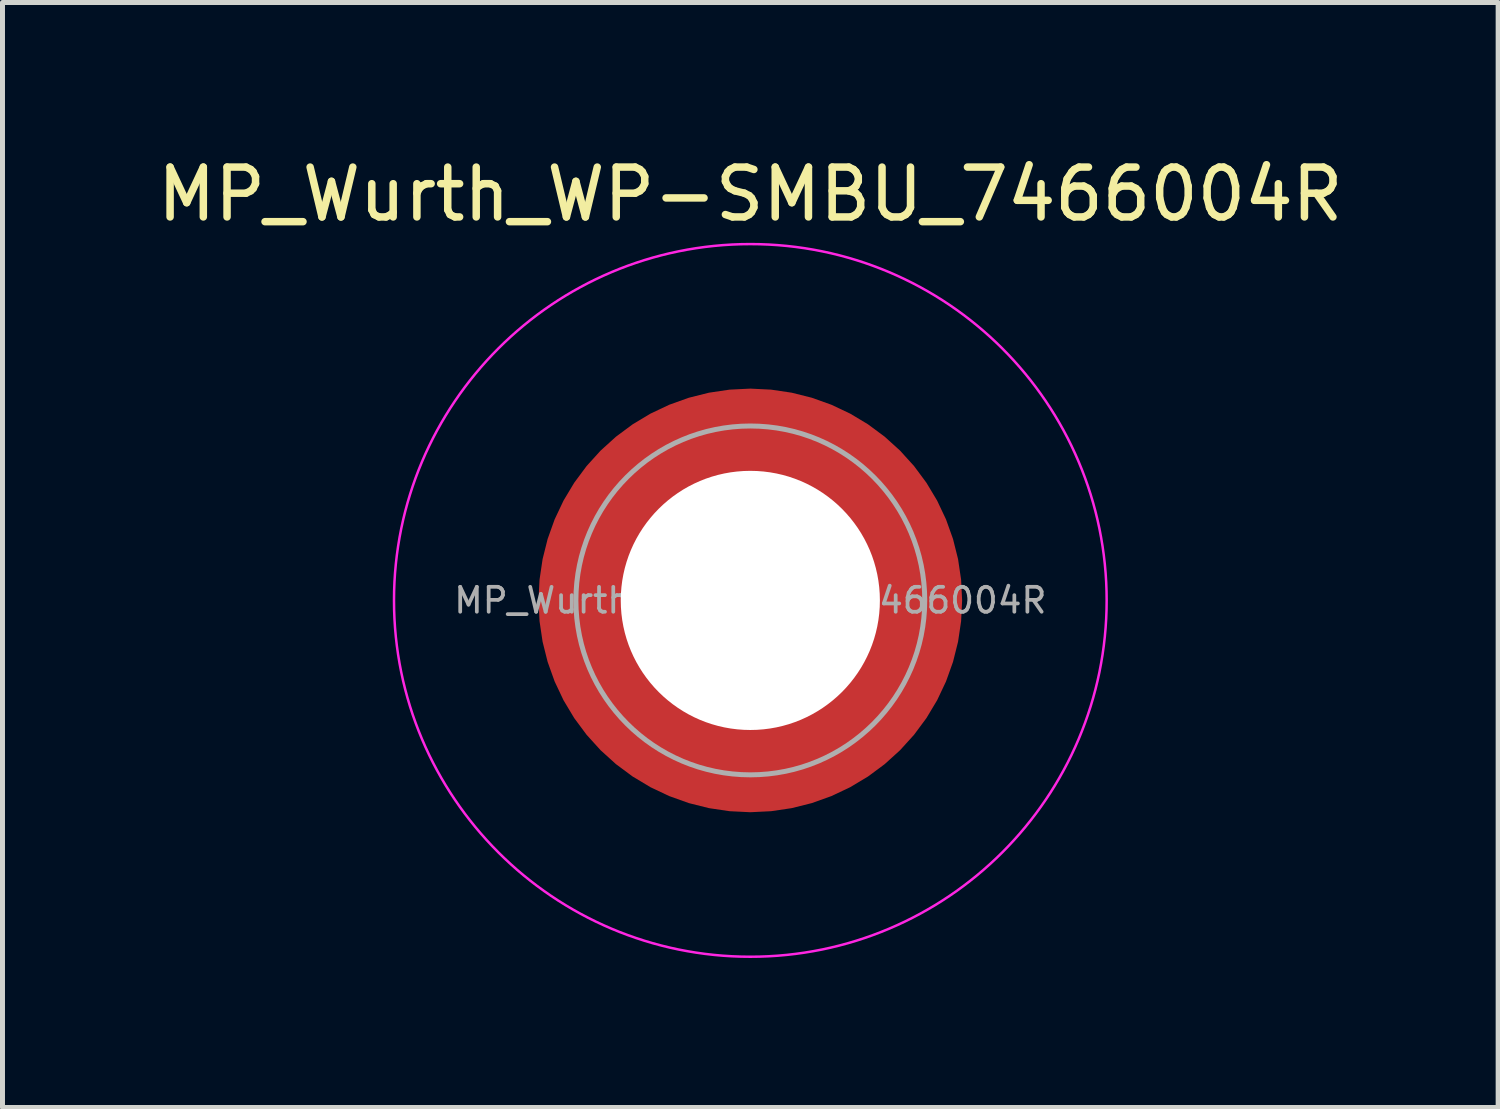
<source format=kicad_pcb>
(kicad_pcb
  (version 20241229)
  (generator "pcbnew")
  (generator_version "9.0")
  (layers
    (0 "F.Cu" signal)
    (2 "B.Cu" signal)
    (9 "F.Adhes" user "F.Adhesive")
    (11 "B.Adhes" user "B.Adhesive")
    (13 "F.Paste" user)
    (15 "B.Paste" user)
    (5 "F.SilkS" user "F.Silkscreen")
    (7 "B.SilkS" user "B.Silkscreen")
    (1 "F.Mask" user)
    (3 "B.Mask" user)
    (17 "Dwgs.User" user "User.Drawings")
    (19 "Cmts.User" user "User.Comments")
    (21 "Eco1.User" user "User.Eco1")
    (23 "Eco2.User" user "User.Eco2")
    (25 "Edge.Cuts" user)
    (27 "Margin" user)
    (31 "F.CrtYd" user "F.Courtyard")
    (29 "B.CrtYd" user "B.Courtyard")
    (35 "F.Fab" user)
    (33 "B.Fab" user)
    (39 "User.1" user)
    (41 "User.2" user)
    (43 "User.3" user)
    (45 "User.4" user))
  (footprint "MP_Wurth_WP-SMBU_7466004R"
    (layer "F.Cu")
    (at 12.006 8.998)
    (property "Reference" "MP_Wurth_WP-SMBU_7466004R" (at 0 -8.15 0) (unlocked yes) (layer "F.SilkS") (effects (font (size 1 1) (thickness 0.15))))
    (attr smd)
    (fp_poly (pts (xy -2.685 0.574) (xy -2.665 0.664) (xy -2.635 0.774) (xy -2.595 0.898) (xy -2.56 0.993) (xy -2.525 1.078) (xy -2.48 1.178) (xy -2.431 1.278) (xy -2.386 1.358) (xy -2.346 1.427) (xy -2.291 1.512) (xy -2.236 1.592) (xy -2.181 1.667) (xy -2.131 1.732) (xy -2.076 1.797) (xy -2.016 1.862) (xy -1.941 1.941) (xy -1.867 2.011) (xy -1.807 2.066) (xy -1.732 2.131) (xy -1.662 2.186) (xy -1.587 2.241) (xy -1.497 2.301) (xy -1.412 2.356) (xy -1.323 2.406) (xy -1.238 2.451) (xy -1.158 2.49) (xy -1.053 2.535) (xy -0.938 2.58) (xy -0.824 2.62) (xy -0.699 2.655) (xy -0.574 2.685) (xy -0.495 2.701) (xy -0.495 4.126) (xy -0.546 4.12) (xy -0.546 4.12) (xy -0.621 4.11) (xy -0.621 4.11) (xy -0.676 4.1) (xy -0.736 4.09) (xy -0.791 4.08) (xy -0.871 4.065) (xy -0.871 4.065) (xy -0.936 4.05) (xy -0.996 4.035) (xy -1.076 4.015) (xy -1.076 4.015) (xy -1.216 3.975) (xy -1.216 3.975) (xy -1.281 3.955) (xy -1.282 3.955) (xy -1.352 3.93) (xy -1.437 3.9) (xy -1.492 3.88) (xy -1.492 3.88) (xy -1.552 3.855) (xy -1.627 3.825) (xy -1.627 3.825) (xy -1.697 3.795) (xy -1.697 3.795) (xy -1.772 3.76) (xy -1.837 3.73) (xy -1.837 3.729) (xy -1.902 3.694) (xy -1.972 3.659) (xy -1.972 3.659) (xy -2.042 3.619) (xy -2.103 3.584) (xy -2.163 3.549) (xy -2.163 3.549) (xy -2.243 3.499) (xy -2.243 3.499) (xy -2.348 3.429) (xy -2.348 3.429) (xy -2.433 3.369) (xy -2.433 3.369) (xy -2.533 3.294) (xy -2.533 3.294) (xy -2.603 3.239) (xy -2.603 3.239) (xy -2.688 3.169) (xy -2.688 3.169) (xy -2.763 3.104) (xy -2.763 3.104) (xy -2.843 3.029) (xy -2.898 2.979) (xy -2.899 2.979) (xy -2.994 2.884) (xy -2.994 2.883) (xy -3.094 2.773) (xy -3.094 2.773) (xy -3.189 2.663) (xy -3.189 2.663) (xy -3.274 2.558) (xy -3.344 2.468) (xy -3.344 2.468) (xy -3.429 2.348) (xy -3.429 2.348) (xy -3.499 2.243) (xy -3.499 2.243) (xy -3.584 2.103) (xy -3.584 2.102) (xy -3.669 1.952) (xy -3.669 1.952) (xy -3.724 1.842) (xy -3.79 1.707) (xy -3.79 1.707) (xy -3.85 1.567) (xy -3.85 1.567) (xy -3.915 1.397) (xy -3.915 1.397) (xy -3.965 1.247) (xy -3.965 1.246) (xy -4.01 1.091) (xy -4.01 1.091) (xy -4.05 0.936) (xy -4.05 0.936) (xy -4.075 0.816) (xy -4.075 0.816) (xy -4.1 0.676) (xy -4.1 0.676) (xy -4.115 0.581) (xy -4.115 0.581) (xy -4.126 0.495) (xy -2.701 0.495)) (stroke (width 0) (type default)) (fill yes) (layer "F.Paste"))
    (fp_poly (pts (xy -0.495 -2.701) (xy -0.574 -2.685) (xy -0.664 -2.665) (xy -0.774 -2.635) (xy -0.898 -2.595) (xy -0.993 -2.56) (xy -1.078 -2.525) (xy -1.178 -2.48) (xy -1.278 -2.431) (xy -1.358 -2.386) (xy -1.427 -2.346) (xy -1.512 -2.291) (xy -1.592 -2.236) (xy -1.667 -2.181) (xy -1.732 -2.131) (xy -1.797 -2.076) (xy -1.862 -2.016) (xy -1.941 -1.941) (xy -2.011 -1.867) (xy -2.066 -1.807) (xy -2.131 -1.732) (xy -2.186 -1.662) (xy -2.241 -1.587) (xy -2.301 -1.497) (xy -2.356 -1.412) (xy -2.406 -1.323) (xy -2.451 -1.238) (xy -2.49 -1.158) (xy -2.535 -1.053) (xy -2.58 -0.938) (xy -2.62 -0.824) (xy -2.655 -0.699) (xy -2.685 -0.574) (xy -2.701 -0.495) (xy -4.126 -0.495) (xy -4.12 -0.546) (xy -4.12 -0.546) (xy -4.11 -0.621) (xy -4.11 -0.621) (xy -4.1 -0.676) (xy -4.09 -0.736) (xy -4.08 -0.791) (xy -4.065 -0.871) (xy -4.065 -0.871) (xy -4.05 -0.936) (xy -4.035 -0.996) (xy -4.015 -1.076) (xy -4.015 -1.076) (xy -3.975 -1.216) (xy -3.975 -1.216) (xy -3.955 -1.281) (xy -3.955 -1.282) (xy -3.93 -1.352) (xy -3.9 -1.437) (xy -3.88 -1.492) (xy -3.88 -1.492) (xy -3.855 -1.552) (xy -3.825 -1.627) (xy -3.825 -1.627) (xy -3.795 -1.697) (xy -3.795 -1.697) (xy -3.76 -1.772) (xy -3.73 -1.837) (xy -3.729 -1.837) (xy -3.694 -1.902) (xy -3.659 -1.972) (xy -3.659 -1.972) (xy -3.619 -2.042) (xy -3.584 -2.103) (xy -3.549 -2.163) (xy -3.549 -2.163) (xy -3.499 -2.243) (xy -3.499 -2.243) (xy -3.429 -2.348) (xy -3.429 -2.348) (xy -3.369 -2.433) (xy -3.369 -2.433) (xy -3.294 -2.533) (xy -3.294 -2.533) (xy -3.239 -2.603) (xy -3.239 -2.603) (xy -3.169 -2.688) (xy -3.169 -2.688) (xy -3.104 -2.763) (xy -3.104 -2.763) (xy -3.029 -2.843) (xy -2.979 -2.898) (xy -2.979 -2.899) (xy -2.884 -2.994) (xy -2.883 -2.994) (xy -2.773 -3.094) (xy -2.773 -3.094) (xy -2.663 -3.189) (xy -2.663 -3.189) (xy -2.558 -3.274) (xy -2.468 -3.344) (xy -2.468 -3.344) (xy -2.348 -3.429) (xy -2.348 -3.429) (xy -2.243 -3.499) (xy -2.243 -3.499) (xy -2.103 -3.584) (xy -2.102 -3.584) (xy -1.952 -3.669) (xy -1.952 -3.669) (xy -1.842 -3.724) (xy -1.707 -3.79) (xy -1.707 -3.79) (xy -1.567 -3.85) (xy -1.567 -3.85) (xy -1.397 -3.915) (xy -1.397 -3.915) (xy -1.247 -3.965) (xy -1.246 -3.965) (xy -1.091 -4.01) (xy -1.091 -4.01) (xy -0.936 -4.05) (xy -0.936 -4.05) (xy -0.816 -4.075) (xy -0.816 -4.075) (xy -0.676 -4.1) (xy -0.676 -4.1) (xy -0.581 -4.115) (xy -0.581 -4.115) (xy -0.495 -4.126)) (stroke (width 0) (type default)) (fill yes) (layer "F.Paste"))
    (fp_poly (pts (xy 0.546 -4.12) (xy 0.546 -4.12) (xy 0.621 -4.11) (xy 0.621 -4.11) (xy 0.676 -4.1) (xy 0.736 -4.09) (xy 0.791 -4.08) (xy 0.871 -4.065) (xy 0.871 -4.065) (xy 0.936 -4.05) (xy 0.996 -4.035) (xy 1.076 -4.015) (xy 1.076 -4.015) (xy 1.216 -3.975) (xy 1.216 -3.975) (xy 1.281 -3.955) (xy 1.282 -3.955) (xy 1.352 -3.93) (xy 1.437 -3.9) (xy 1.492 -3.88) (xy 1.492 -3.88) (xy 1.552 -3.855) (xy 1.627 -3.825) (xy 1.627 -3.825) (xy 1.697 -3.795) (xy 1.697 -3.795) (xy 1.772 -3.76) (xy 1.837 -3.73) (xy 1.837 -3.729) (xy 1.902 -3.694) (xy 1.972 -3.659) (xy 1.972 -3.659) (xy 2.042 -3.619) (xy 2.103 -3.584) (xy 2.163 -3.549) (xy 2.163 -3.549) (xy 2.243 -3.499) (xy 2.243 -3.499) (xy 2.348 -3.429) (xy 2.348 -3.429) (xy 2.433 -3.369) (xy 2.433 -3.369) (xy 2.533 -3.294) (xy 2.533 -3.294) (xy 2.603 -3.239) (xy 2.603 -3.239) (xy 2.688 -3.169) (xy 2.688 -3.169) (xy 2.763 -3.104) (xy 2.763 -3.104) (xy 2.843 -3.029) (xy 2.898 -2.979) (xy 2.899 -2.979) (xy 2.994 -2.884) (xy 2.994 -2.883) (xy 3.094 -2.773) (xy 3.094 -2.773) (xy 3.189 -2.663) (xy 3.189 -2.663) (xy 3.274 -2.558) (xy 3.344 -2.468) (xy 3.344 -2.468) (xy 3.429 -2.348) (xy 3.429 -2.348) (xy 3.499 -2.243) (xy 3.499 -2.243) (xy 3.584 -2.103) (xy 3.584 -2.102) (xy 3.669 -1.952) (xy 3.669 -1.952) (xy 3.724 -1.842) (xy 3.79 -1.707) (xy 3.79 -1.707) (xy 3.85 -1.567) (xy 3.85 -1.567) (xy 3.915 -1.397) (xy 3.915 -1.397) (xy 3.965 -1.247) (xy 3.965 -1.246) (xy 4.01 -1.091) (xy 4.01 -1.091) (xy 4.05 -0.936) (xy 4.05 -0.936) (xy 4.075 -0.816) (xy 4.075 -0.816) (xy 4.1 -0.676) (xy 4.1 -0.676) (xy 4.115 -0.581) (xy 4.115 -0.581) (xy 4.126 -0.495) (xy 2.701 -0.495) (xy 2.685 -0.574) (xy 2.665 -0.664) (xy 2.635 -0.774) (xy 2.595 -0.898) (xy 2.56 -0.993) (xy 2.525 -1.078) (xy 2.48 -1.178) (xy 2.431 -1.278) (xy 2.386 -1.358) (xy 2.346 -1.427) (xy 2.291 -1.512) (xy 2.236 -1.592) (xy 2.181 -1.667) (xy 2.131 -1.732) (xy 2.076 -1.797) (xy 2.016 -1.862) (xy 1.941 -1.941) (xy 1.867 -2.011) (xy 1.807 -2.066) (xy 1.732 -2.131) (xy 1.662 -2.186) (xy 1.587 -2.241) (xy 1.497 -2.301) (xy 1.412 -2.356) (xy 1.323 -2.406) (xy 1.238 -2.451) (xy 1.158 -2.49) (xy 1.053 -2.535) (xy 0.938 -2.58) (xy 0.824 -2.62) (xy 0.699 -2.655) (xy 0.574 -2.685) (xy 0.495 -2.701) (xy 0.495 -4.126)) (stroke (width 0) (type default)) (fill yes) (layer "F.Paste"))
    (fp_poly (pts (xy 4.12 0.546) (xy 4.12 0.546) (xy 4.11 0.621) (xy 4.11 0.621) (xy 4.1 0.676) (xy 4.09 0.736) (xy 4.08 0.791) (xy 4.065 0.871) (xy 4.065 0.871) (xy 4.05 0.936) (xy 4.035 0.996) (xy 4.015 1.076) (xy 4.015 1.076) (xy 3.975 1.216) (xy 3.975 1.216) (xy 3.955 1.281) (xy 3.955 1.282) (xy 3.93 1.352) (xy 3.9 1.437) (xy 3.88 1.492) (xy 3.88 1.492) (xy 3.855 1.552) (xy 3.825 1.627) (xy 3.825 1.627) (xy 3.795 1.697) (xy 3.795 1.697) (xy 3.76 1.772) (xy 3.73 1.837) (xy 3.729 1.837) (xy 3.694 1.902) (xy 3.659 1.972) (xy 3.659 1.972) (xy 3.619 2.042) (xy 3.584 2.103) (xy 3.549 2.163) (xy 3.549 2.163) (xy 3.499 2.243) (xy 3.499 2.243) (xy 3.429 2.348) (xy 3.429 2.348) (xy 3.369 2.433) (xy 3.369 2.433) (xy 3.294 2.533) (xy 3.294 2.533) (xy 3.239 2.603) (xy 3.239 2.603) (xy 3.169 2.688) (xy 3.169 2.688) (xy 3.104 2.763) (xy 3.104 2.763) (xy 3.029 2.843) (xy 2.979 2.898) (xy 2.979 2.899) (xy 2.884 2.994) (xy 2.883 2.994) (xy 2.773 3.094) (xy 2.773 3.094) (xy 2.663 3.189) (xy 2.663 3.189) (xy 2.558 3.274) (xy 2.468 3.344) (xy 2.468 3.344) (xy 2.348 3.429) (xy 2.348 3.429) (xy 2.243 3.499) (xy 2.243 3.499) (xy 2.103 3.584) (xy 2.102 3.584) (xy 1.952 3.669) (xy 1.952 3.669) (xy 1.842 3.724) (xy 1.707 3.79) (xy 1.707 3.79) (xy 1.567 3.85) (xy 1.567 3.85) (xy 1.397 3.915) (xy 1.397 3.915) (xy 1.247 3.965) (xy 1.246 3.965) (xy 1.091 4.01) (xy 1.091 4.01) (xy 0.936 4.05) (xy 0.936 4.05) (xy 0.816 4.075) (xy 0.816 4.075) (xy 0.676 4.1) (xy 0.676 4.1) (xy 0.581 4.115) (xy 0.581 4.115) (xy 0.495 4.126) (xy 0.495 2.701) (xy 0.574 2.685) (xy 0.664 2.665) (xy 0.774 2.635) (xy 0.898 2.595) (xy 0.993 2.56) (xy 1.078 2.525) (xy 1.178 2.48) (xy 1.278 2.431) (xy 1.358 2.386) (xy 1.427 2.346) (xy 1.512 2.291) (xy 1.592 2.236) (xy 1.667 2.181) (xy 1.732 2.131) (xy 1.797 2.076) (xy 1.862 2.016) (xy 1.941 1.941) (xy 2.011 1.867) (xy 2.066 1.807) (xy 2.131 1.732) (xy 2.186 1.662) (xy 2.241 1.587) (xy 2.301 1.497) (xy 2.356 1.412) (xy 2.406 1.323) (xy 2.451 1.238) (xy 2.49 1.158) (xy 2.535 1.053) (xy 2.58 0.938) (xy 2.62 0.824) (xy 2.655 0.699) (xy 2.685 0.574) (xy 2.701 0.495) (xy 4.126 0.495)) (stroke (width 0) (type default)) (fill yes) (layer "F.Paste"))
    (fp_circle (center 0 0) (end 7.15 0) (stroke (width 0.05) (type solid)) (fill no) (layer "F.CrtYd"))
    (fp_circle (center 0 0) (end 3.5 0) (stroke (width 0.1) (type solid)) (fill no) (layer "F.Fab"))
    (fp_text user "${REFERENCE}" (at 0 0 0) (unlocked yes) (layer "F.Fab") (effects (font (size 0.5 0.5) (thickness 0.075))))
    (pad "" np_thru_hole circle (at 0 0) (size 5.2 5.2) (drill 5.2) (layers "*.Cu" "*.Mask"))
    (pad "1" smd roundrect (at 0 0) (size 8.5 8.5) (layers "F.Cu" "F.Mask") (roundrect_rratio 0.5)))
  (gr_rect
    (start -3 -3)
    (end 27.012 19.173)
    (stroke (width 0.1) (type default))
    (fill no)
    (layer "Edge.Cuts")))
</source>
